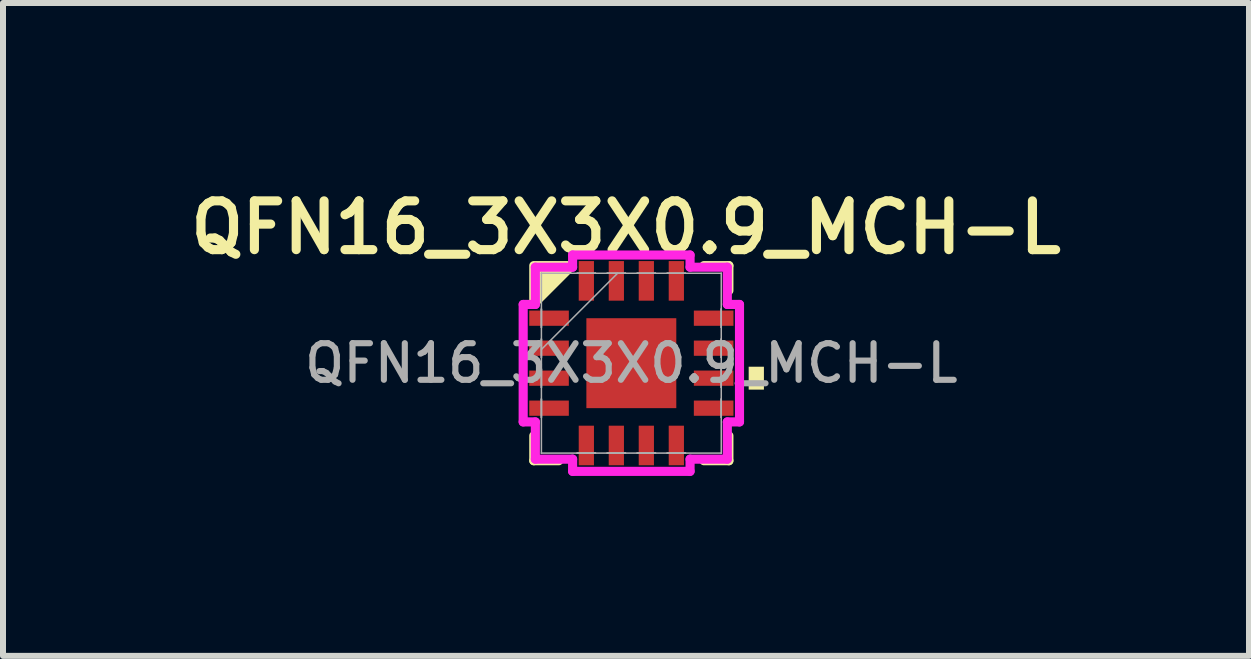
<source format=kicad_pcb>
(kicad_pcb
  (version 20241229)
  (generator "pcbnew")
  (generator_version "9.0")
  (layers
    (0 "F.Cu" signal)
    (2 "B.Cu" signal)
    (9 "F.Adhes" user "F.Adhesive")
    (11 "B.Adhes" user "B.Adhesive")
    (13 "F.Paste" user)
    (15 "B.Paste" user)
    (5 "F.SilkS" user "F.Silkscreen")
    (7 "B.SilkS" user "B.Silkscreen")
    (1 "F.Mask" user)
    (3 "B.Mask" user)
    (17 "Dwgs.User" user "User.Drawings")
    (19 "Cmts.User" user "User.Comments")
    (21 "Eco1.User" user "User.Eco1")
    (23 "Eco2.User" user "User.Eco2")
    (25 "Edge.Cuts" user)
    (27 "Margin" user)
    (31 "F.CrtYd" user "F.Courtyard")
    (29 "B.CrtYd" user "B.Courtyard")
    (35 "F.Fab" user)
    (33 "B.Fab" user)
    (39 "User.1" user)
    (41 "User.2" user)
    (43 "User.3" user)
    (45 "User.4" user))
  (footprint "QFN16_3X3X0.9_MCH-L"
    (layer "F.Cu")
    (at 7.474 3.004)
    (property "Reference" "QFN16_3X3X0.9_MCH-L" (at -0.089 -2.261 0) (unlocked yes) (layer "F.SilkS") (effects (font (size 0.813 0.813) (thickness 0.152) (bold yes))))
    (attr smd)
    (fp_line (start -1.626 1.21) (end -1.626 1.626) (stroke (width 0.152) (type solid)) (layer "F.SilkS"))
    (fp_line (start -1.626 1.626) (end -1.21 1.626) (stroke (width 0.152) (type solid)) (layer "F.SilkS"))
    (fp_line (start 1.21 1.626) (end 1.626 1.626) (stroke (width 0.152) (type solid)) (layer "F.SilkS"))
    (fp_line (start 1.626 -1.626) (end 1.21 -1.626) (stroke (width 0.152) (type solid)) (layer "F.SilkS"))
    (fp_line (start 1.626 -1.21) (end 1.626 -1.626) (stroke (width 0.152) (type solid)) (layer "F.SilkS"))
    (fp_line (start 1.626 1.626) (end 1.626 1.21) (stroke (width 0.152) (type solid)) (layer "F.SilkS"))
    (fp_poly (pts (xy -0.991 -1.626) (xy -1.626 -0.991) (xy -1.626 -1.626)) (stroke (width 0.152) (type solid)) (fill yes) (layer "F.SilkS"))
    (fp_poly (pts (xy 2.21 0.059) (xy 2.21 0.441) (xy 1.956 0.441) (xy 1.956 0.059)) (stroke (width 0) (type solid)) (fill yes) (layer "F.SilkS"))
    (fp_line (start -1.803 -0.979) (end -1.6 -0.979) (stroke (width 0.152) (type solid)) (layer "F.CrtYd"))
    (fp_line (start -1.803 0.979) (end -1.803 -0.979) (stroke (width 0.152) (type solid)) (layer "F.CrtYd"))
    (fp_line (start -1.6 -1.6) (end -0.979 -1.6) (stroke (width 0.152) (type solid)) (layer "F.CrtYd"))
    (fp_line (start -1.6 -0.979) (end -1.6 -1.6) (stroke (width 0.152) (type solid)) (layer "F.CrtYd"))
    (fp_line (start -1.6 0.979) (end -1.803 0.979) (stroke (width 0.152) (type solid)) (layer "F.CrtYd"))
    (fp_line (start -1.6 1.6) (end -1.6 0.979) (stroke (width 0.152) (type solid)) (layer "F.CrtYd"))
    (fp_line (start -0.979 -1.803) (end 0.979 -1.803) (stroke (width 0.152) (type solid)) (layer "F.CrtYd"))
    (fp_line (start -0.979 -1.6) (end -0.979 -1.803) (stroke (width 0.152) (type solid)) (layer "F.CrtYd"))
    (fp_line (start -0.979 1.6) (end -1.6 1.6) (stroke (width 0.152) (type solid)) (layer "F.CrtYd"))
    (fp_line (start -0.979 1.803) (end -0.979 1.6) (stroke (width 0.152) (type solid)) (layer "F.CrtYd"))
    (fp_line (start 0.979 -1.803) (end 0.979 -1.6) (stroke (width 0.152) (type solid)) (layer "F.CrtYd"))
    (fp_line (start 0.979 -1.6) (end 1.6 -1.6) (stroke (width 0.152) (type solid)) (layer "F.CrtYd"))
    (fp_line (start 0.979 1.6) (end 0.979 1.803) (stroke (width 0.152) (type solid)) (layer "F.CrtYd"))
    (fp_line (start 0.979 1.803) (end -0.979 1.803) (stroke (width 0.152) (type solid)) (layer "F.CrtYd"))
    (fp_line (start 1.6 -1.6) (end 1.6 -0.979) (stroke (width 0.152) (type solid)) (layer "F.CrtYd"))
    (fp_line (start 1.6 -0.979) (end 1.803 -0.979) (stroke (width 0.152) (type solid)) (layer "F.CrtYd"))
    (fp_line (start 1.6 0.979) (end 1.6 1.6) (stroke (width 0.152) (type solid)) (layer "F.CrtYd"))
    (fp_line (start 1.6 1.6) (end 0.979 1.6) (stroke (width 0.152) (type solid)) (layer "F.CrtYd"))
    (fp_line (start 1.803 -0.979) (end 1.803 0.979) (stroke (width 0.152) (type solid)) (layer "F.CrtYd"))
    (fp_line (start 1.803 0.979) (end 1.6 0.979) (stroke (width 0.152) (type solid)) (layer "F.CrtYd"))
    (fp_line (start -1.499 -1.499) (end -1.499 -1.499) (stroke (width 0.025) (type solid)) (layer "F.Fab"))
    (fp_line (start -1.499 -1.499) (end -1.499 1.499) (stroke (width 0.025) (type solid)) (layer "F.Fab"))
    (fp_line (start -1.499 -0.902) (end -1.499 -0.902) (stroke (width 0.025) (type solid)) (layer "F.Fab"))
    (fp_line (start -1.499 -0.902) (end -1.499 -0.598) (stroke (width 0.025) (type solid)) (layer "F.Fab"))
    (fp_line (start -1.499 -0.598) (end -1.499 -0.902) (stroke (width 0.025) (type solid)) (layer "F.Fab"))
    (fp_line (start -1.499 -0.598) (end -1.499 -0.598) (stroke (width 0.025) (type solid)) (layer "F.Fab"))
    (fp_line (start -1.499 -0.402) (end -1.499 -0.402) (stroke (width 0.025) (type solid)) (layer "F.Fab"))
    (fp_line (start -1.499 -0.402) (end -1.499 -0.098) (stroke (width 0.025) (type solid)) (layer "F.Fab"))
    (fp_line (start -1.499 -0.229) (end -0.229 -1.499) (stroke (width 0.025) (type solid)) (layer "F.Fab"))
    (fp_line (start -1.499 -0.098) (end -1.499 -0.402) (stroke (width 0.025) (type solid)) (layer "F.Fab"))
    (fp_line (start -1.499 -0.098) (end -1.499 -0.098) (stroke (width 0.025) (type solid)) (layer "F.Fab"))
    (fp_line (start -1.499 0.098) (end -1.499 0.098) (stroke (width 0.025) (type solid)) (layer "F.Fab"))
    (fp_line (start -1.499 0.098) (end -1.499 0.402) (stroke (width 0.025) (type solid)) (layer "F.Fab"))
    (fp_line (start -1.499 0.402) (end -1.499 0.098) (stroke (width 0.025) (type solid)) (layer "F.Fab"))
    (fp_line (start -1.499 0.402) (end -1.499 0.402) (stroke (width 0.025) (type solid)) (layer "F.Fab"))
    (fp_line (start -1.499 0.598) (end -1.499 0.598) (stroke (width 0.025) (type solid)) (layer "F.Fab"))
    (fp_line (start -1.499 0.598) (end -1.499 0.902) (stroke (width 0.025) (type solid)) (layer "F.Fab"))
    (fp_line (start -1.499 0.902) (end -1.499 0.598) (stroke (width 0.025) (type solid)) (layer "F.Fab"))
    (fp_line (start -1.499 0.902) (end -1.499 0.902) (stroke (width 0.025) (type solid)) (layer "F.Fab"))
    (fp_line (start -1.499 1.499) (end -1.499 1.499) (stroke (width 0.025) (type solid)) (layer "F.Fab"))
    (fp_line (start -1.499 1.499) (end 1.499 1.499) (stroke (width 0.025) (type solid)) (layer "F.Fab"))
    (fp_line (start -0.902 -1.499) (end -0.902 -1.499) (stroke (width 0.025) (type solid)) (layer "F.Fab"))
    (fp_line (start -0.902 -1.499) (end -0.598 -1.499) (stroke (width 0.025) (type solid)) (layer "F.Fab"))
    (fp_line (start -0.902 1.499) (end -0.902 1.499) (stroke (width 0.025) (type solid)) (layer "F.Fab"))
    (fp_line (start -0.902 1.499) (end -0.598 1.499) (stroke (width 0.025) (type solid)) (layer "F.Fab"))
    (fp_line (start -0.598 -1.499) (end -0.902 -1.499) (stroke (width 0.025) (type solid)) (layer "F.Fab"))
    (fp_line (start -0.598 -1.499) (end -0.598 -1.499) (stroke (width 0.025) (type solid)) (layer "F.Fab"))
    (fp_line (start -0.598 1.499) (end -0.902 1.499) (stroke (width 0.025) (type solid)) (layer "F.Fab"))
    (fp_line (start -0.598 1.499) (end -0.598 1.499) (stroke (width 0.025) (type solid)) (layer "F.Fab"))
    (fp_line (start -0.402 -1.499) (end -0.402 -1.499) (stroke (width 0.025) (type solid)) (layer "F.Fab"))
    (fp_line (start -0.402 -1.499) (end -0.098 -1.499) (stroke (width 0.025) (type solid)) (layer "F.Fab"))
    (fp_line (start -0.402 1.499) (end -0.402 1.499) (stroke (width 0.025) (type solid)) (layer "F.Fab"))
    (fp_line (start -0.402 1.499) (end -0.098 1.499) (stroke (width 0.025) (type solid)) (layer "F.Fab"))
    (fp_line (start -0.098 -1.499) (end -0.402 -1.499) (stroke (width 0.025) (type solid)) (layer "F.Fab"))
    (fp_line (start -0.098 -1.499) (end -0.098 -1.499) (stroke (width 0.025) (type solid)) (layer "F.Fab"))
    (fp_line (start -0.098 1.499) (end -0.402 1.499) (stroke (width 0.025) (type solid)) (layer "F.Fab"))
    (fp_line (start -0.098 1.499) (end -0.098 1.499) (stroke (width 0.025) (type solid)) (layer "F.Fab"))
    (fp_line (start 0.098 -1.499) (end 0.098 -1.499) (stroke (width 0.025) (type solid)) (layer "F.Fab"))
    (fp_line (start 0.098 -1.499) (end 0.402 -1.499) (stroke (width 0.025) (type solid)) (layer "F.Fab"))
    (fp_line (start 0.098 1.499) (end 0.098 1.499) (stroke (width 0.025) (type solid)) (layer "F.Fab"))
    (fp_line (start 0.098 1.499) (end 0.402 1.499) (stroke (width 0.025) (type solid)) (layer "F.Fab"))
    (fp_line (start 0.402 -1.499) (end 0.098 -1.499) (stroke (width 0.025) (type solid)) (layer "F.Fab"))
    (fp_line (start 0.402 -1.499) (end 0.402 -1.499) (stroke (width 0.025) (type solid)) (layer "F.Fab"))
    (fp_line (start 0.402 1.499) (end 0.098 1.499) (stroke (width 0.025) (type solid)) (layer "F.Fab"))
    (fp_line (start 0.402 1.499) (end 0.402 1.499) (stroke (width 0.025) (type solid)) (layer "F.Fab"))
    (fp_line (start 0.598 -1.499) (end 0.598 -1.499) (stroke (width 0.025) (type solid)) (layer "F.Fab"))
    (fp_line (start 0.598 -1.499) (end 0.902 -1.499) (stroke (width 0.025) (type solid)) (layer "F.Fab"))
    (fp_line (start 0.598 1.499) (end 0.598 1.499) (stroke (width 0.025) (type solid)) (layer "F.Fab"))
    (fp_line (start 0.598 1.499) (end 0.902 1.499) (stroke (width 0.025) (type solid)) (layer "F.Fab"))
    (fp_line (start 0.902 -1.499) (end 0.598 -1.499) (stroke (width 0.025) (type solid)) (layer "F.Fab"))
    (fp_line (start 0.902 -1.499) (end 0.902 -1.499) (stroke (width 0.025) (type solid)) (layer "F.Fab"))
    (fp_line (start 0.902 1.499) (end 0.598 1.499) (stroke (width 0.025) (type solid)) (layer "F.Fab"))
    (fp_line (start 0.902 1.499) (end 0.902 1.499) (stroke (width 0.025) (type solid)) (layer "F.Fab"))
    (fp_line (start 1.499 -1.499) (end -1.499 -1.499) (stroke (width 0.025) (type solid)) (layer "F.Fab"))
    (fp_line (start 1.499 -1.499) (end 1.499 -1.499) (stroke (width 0.025) (type solid)) (layer "F.Fab"))
    (fp_line (start 1.499 -0.902) (end 1.499 -0.902) (stroke (width 0.025) (type solid)) (layer "F.Fab"))
    (fp_line (start 1.499 -0.902) (end 1.499 -0.598) (stroke (width 0.025) (type solid)) (layer "F.Fab"))
    (fp_line (start 1.499 -0.598) (end 1.499 -0.902) (stroke (width 0.025) (type solid)) (layer "F.Fab"))
    (fp_line (start 1.499 -0.598) (end 1.499 -0.598) (stroke (width 0.025) (type solid)) (layer "F.Fab"))
    (fp_line (start 1.499 -0.402) (end 1.499 -0.402) (stroke (width 0.025) (type solid)) (layer "F.Fab"))
    (fp_line (start 1.499 -0.402) (end 1.499 -0.098) (stroke (width 0.025) (type solid)) (layer "F.Fab"))
    (fp_line (start 1.499 -0.098) (end 1.499 -0.402) (stroke (width 0.025) (type solid)) (layer "F.Fab"))
    (fp_line (start 1.499 -0.098) (end 1.499 -0.098) (stroke (width 0.025) (type solid)) (layer "F.Fab"))
    (fp_line (start 1.499 0.098) (end 1.499 0.098) (stroke (width 0.025) (type solid)) (layer "F.Fab"))
    (fp_line (start 1.499 0.098) (end 1.499 0.402) (stroke (width 0.025) (type solid)) (layer "F.Fab"))
    (fp_line (start 1.499 0.402) (end 1.499 0.098) (stroke (width 0.025) (type solid)) (layer "F.Fab"))
    (fp_line (start 1.499 0.402) (end 1.499 0.402) (stroke (width 0.025) (type solid)) (layer "F.Fab"))
    (fp_line (start 1.499 0.598) (end 1.499 0.598) (stroke (width 0.025) (type solid)) (layer "F.Fab"))
    (fp_line (start 1.499 0.598) (end 1.499 0.902) (stroke (width 0.025) (type solid)) (layer "F.Fab"))
    (fp_line (start 1.499 0.902) (end 1.499 0.598) (stroke (width 0.025) (type solid)) (layer "F.Fab"))
    (fp_line (start 1.499 0.902) (end 1.499 0.902) (stroke (width 0.025) (type solid)) (layer "F.Fab"))
    (fp_line (start 1.499 1.499) (end 1.499 -1.499) (stroke (width 0.025) (type solid)) (layer "F.Fab"))
    (fp_line (start 1.499 1.499) (end 1.499 1.499) (stroke (width 0.025) (type solid)) (layer "F.Fab"))
    (fp_text user "${REFERENCE}" (at 0 0 0) (unlocked yes) (layer "F.Fab") (effects (font (size 0.61 0.61) (thickness 0.102) (bold yes))))
    (pad "1" smd rect (at -1.372 -0.75 90) (size 0.254 0.66) (layers "F.Cu" "F.Mask" "F.Paste"))
    (pad "2" smd rect (at -1.372 -0.25 90) (size 0.254 0.66) (layers "F.Cu" "F.Mask" "F.Paste"))
    (pad "3" smd rect (at -1.372 0.25 90) (size 0.254 0.66) (layers "F.Cu" "F.Mask" "F.Paste"))
    (pad "4" smd rect (at -1.372 0.75 90) (size 0.254 0.66) (layers "F.Cu" "F.Mask" "F.Paste"))
    (pad "5" smd rect (at -0.75 1.372) (size 0.254 0.66) (layers "F.Cu" "F.Mask" "F.Paste"))
    (pad "6" smd rect (at -0.25 1.372) (size 0.254 0.66) (layers "F.Cu" "F.Mask" "F.Paste"))
    (pad "7" smd rect (at 0.25 1.372) (size 0.254 0.66) (layers "F.Cu" "F.Mask" "F.Paste"))
    (pad "8" smd rect (at 0.75 1.372) (size 0.254 0.66) (layers "F.Cu" "F.Mask" "F.Paste"))
    (pad "9" smd rect (at 1.372 0.75 90) (size 0.254 0.66) (layers "F.Cu" "F.Mask" "F.Paste"))
    (pad "10" smd rect (at 1.372 0.25 90) (size 0.254 0.66) (layers "F.Cu" "F.Mask" "F.Paste"))
    (pad "11" smd rect (at 1.372 -0.25 90) (size 0.254 0.66) (layers "F.Cu" "F.Mask" "F.Paste"))
    (pad "12" smd rect (at 1.372 -0.75 90) (size 0.254 0.66) (layers "F.Cu" "F.Mask" "F.Paste"))
    (pad "13" smd rect (at 0.75 -1.372) (size 0.254 0.66) (layers "F.Cu" "F.Mask" "F.Paste"))
    (pad "14" smd rect (at 0.25 -1.372) (size 0.254 0.66) (layers "F.Cu" "F.Mask" "F.Paste"))
    (pad "15" smd rect (at -0.25 -1.372) (size 0.254 0.66) (layers "F.Cu" "F.Mask" "F.Paste"))
    (pad "16" smd rect (at -0.75 -1.372) (size 0.254 0.66) (layers "F.Cu" "F.Mask" "F.Paste"))
    (pad "17" smd rect (at 0 0) (size 1.499 1.499) (layers "F.Cu" "F.Mask" "F.Paste")))
  (gr_rect
    (start -3 -3)
    (end 17.77 7.883)
    (stroke (width 0.1) (type default))
    (fill no)
    (layer "Edge.Cuts")))
</source>
